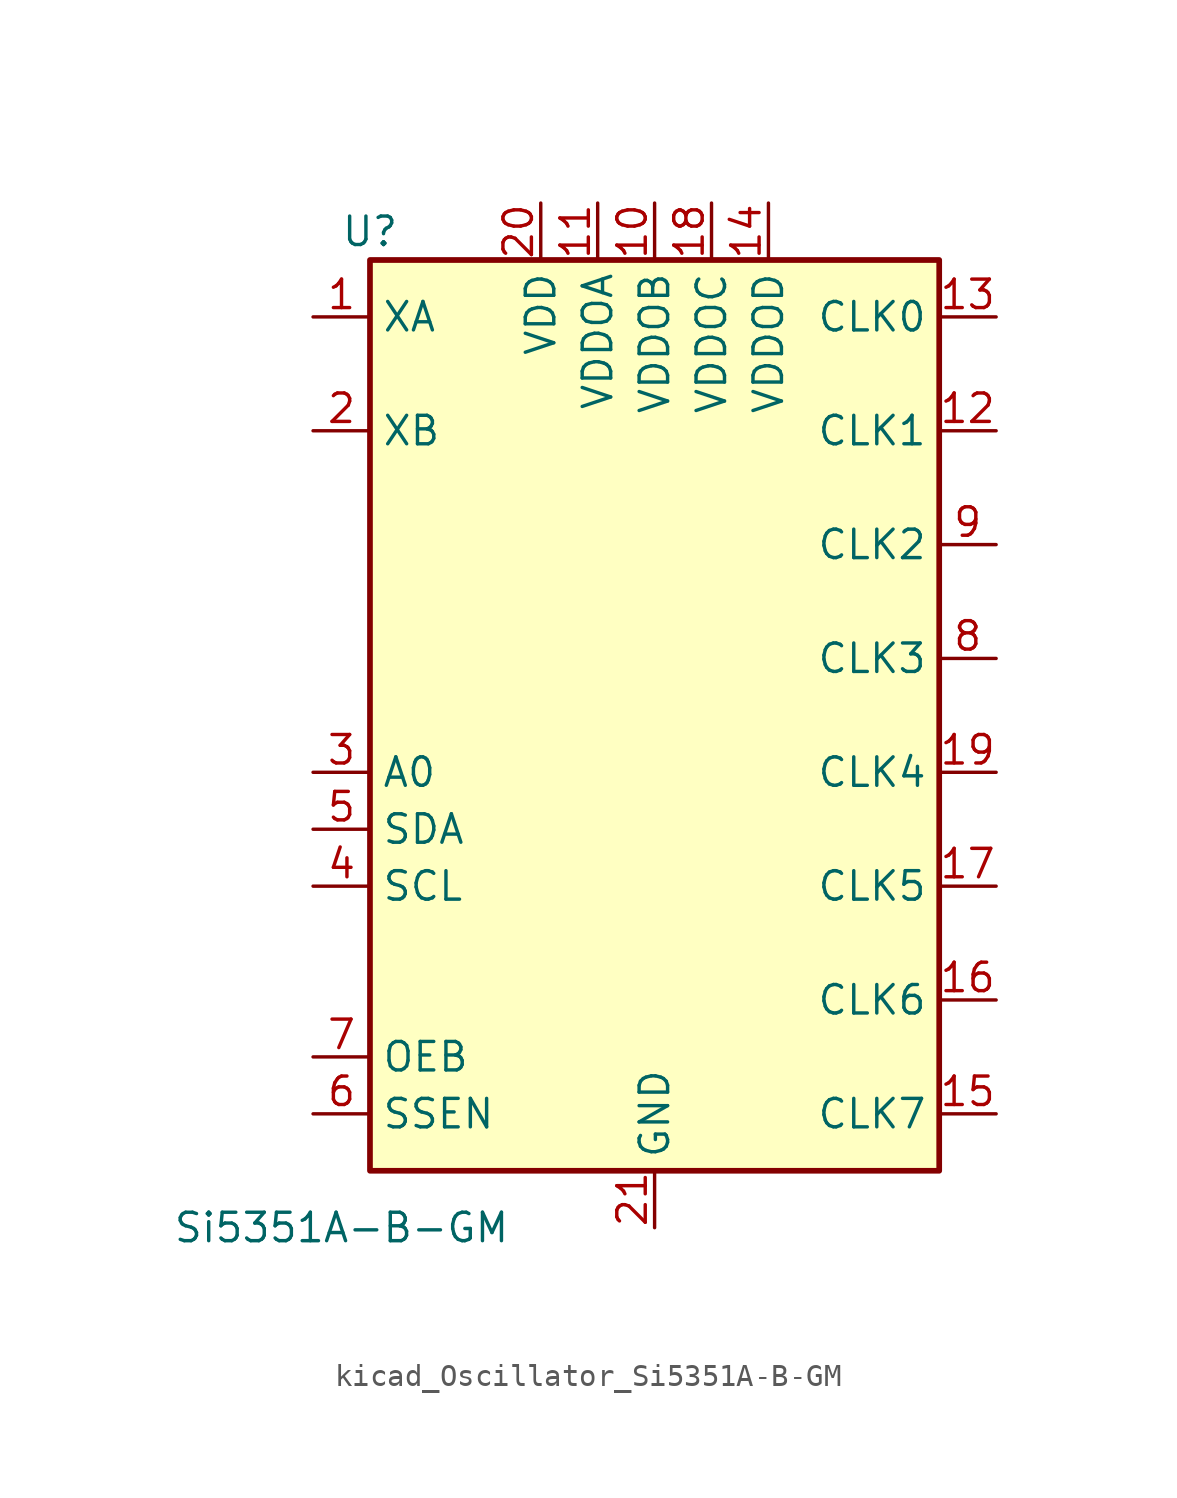
<source format=kicad_sym>
(kicad_symbol_lib
  (version 20220914)
  (generator kicad_symbol_editor)
  (symbol "kicad_Oscillator_Si5351A-B-GM"
    (property "Reference" "U"
      (at -12.7 21.59 0)
      (effects (font (size 1.27 1.27))))
    (property "Value" "Si5351A-B-GM"
      (at -13.97 -22.86 0)
      (effects (font (size 1.27 1.27))))
    (symbol "kicad_Oscillator_Si5351A-B-GM_1_1"
      (rectangle (start -12.7 20.32) (end 12.7 -20.32) (stroke (width 0.254) (type default)) (fill (type background)))
      (pin input line (at -15.24 17.78 0) (length 2.54) (name "XA" (effects (font (size 1.27 1.27)))) (number "1" (effects (font (size 1.27 1.27)))))
      (pin power_in line (at 0 22.86 270) (length 2.54) (name "VDDOB" (effects (font (size 1.27 1.27)))) (number "10" (effects (font (size 1.27 1.27)))))
      (pin power_in line (at -2.54 22.86 270) (length 2.54) (name "VDDOA" (effects (font (size 1.27 1.27)))) (number "11" (effects (font (size 1.27 1.27)))))
      (pin output line (at 15.24 12.7 180) (length 2.54) (name "CLK1" (effects (font (size 1.27 1.27)))) (number "12" (effects (font (size 1.27 1.27)))))
      (pin output line (at 15.24 17.78 180) (length 2.54) (name "CLK0" (effects (font (size 1.27 1.27)))) (number "13" (effects (font (size 1.27 1.27)))))
      (pin power_in line (at 5.08 22.86 270) (length 2.54) (name "VDDOD" (effects (font (size 1.27 1.27)))) (number "14" (effects (font (size 1.27 1.27)))))
      (pin output line (at 15.24 -17.78 180) (length 2.54) (name "CLK7" (effects (font (size 1.27 1.27)))) (number "15" (effects (font (size 1.27 1.27)))))
      (pin output line (at 15.24 -12.7 180) (length 2.54) (name "CLK6" (effects (font (size 1.27 1.27)))) (number "16" (effects (font (size 1.27 1.27)))))
      (pin output line (at 15.24 -7.62 180) (length 2.54) (name "CLK5" (effects (font (size 1.27 1.27)))) (number "17" (effects (font (size 1.27 1.27)))))
      (pin power_in line (at 2.54 22.86 270) (length 2.54) (name "VDDOC" (effects (font (size 1.27 1.27)))) (number "18" (effects (font (size 1.27 1.27)))))
      (pin output line (at 15.24 -2.54 180) (length 2.54) (name "CLK4" (effects (font (size 1.27 1.27)))) (number "19" (effects (font (size 1.27 1.27)))))
      (pin input line (at -15.24 12.7 0) (length 2.54) (name "XB" (effects (font (size 1.27 1.27)))) (number "2" (effects (font (size 1.27 1.27)))))
      (pin power_in line (at -5.08 22.86 270) (length 2.54) (name "VDD" (effects (font (size 1.27 1.27)))) (number "20" (effects (font (size 1.27 1.27)))))
      (pin power_in line (at 0 -22.86 90) (length 2.54) (name "GND" (effects (font (size 1.27 1.27)))) (number "21" (effects (font (size 1.27 1.27)))))
      (pin input line (at -15.24 -2.54 0) (length 2.54) (name "A0" (effects (font (size 1.27 1.27)))) (number "3" (effects (font (size 1.27 1.27)))))
      (pin input line (at -15.24 -7.62 0) (length 2.54) (name "SCL" (effects (font (size 1.27 1.27)))) (number "4" (effects (font (size 1.27 1.27)))))
      (pin bidirectional line (at -15.24 -5.08 0) (length 2.54) (name "SDA" (effects (font (size 1.27 1.27)))) (number "5" (effects (font (size 1.27 1.27)))))
      (pin input line (at -15.24 -17.78 0) (length 2.54) (name "SSEN" (effects (font (size 1.27 1.27)))) (number "6" (effects (font (size 1.27 1.27)))))
      (pin input line (at -15.24 -15.24 0) (length 2.54) (name "OEB" (effects (font (size 1.27 1.27)))) (number "7" (effects (font (size 1.27 1.27)))))
      (pin output line (at 15.24 2.54 180) (length 2.54) (name "CLK3" (effects (font (size 1.27 1.27)))) (number "8" (effects (font (size 1.27 1.27)))))
      (pin output line (at 15.24 7.62 180) (length 2.54) (name "CLK2" (effects (font (size 1.27 1.27)))) (number "9" (effects (font (size 1.27 1.27))))))))
</source>
